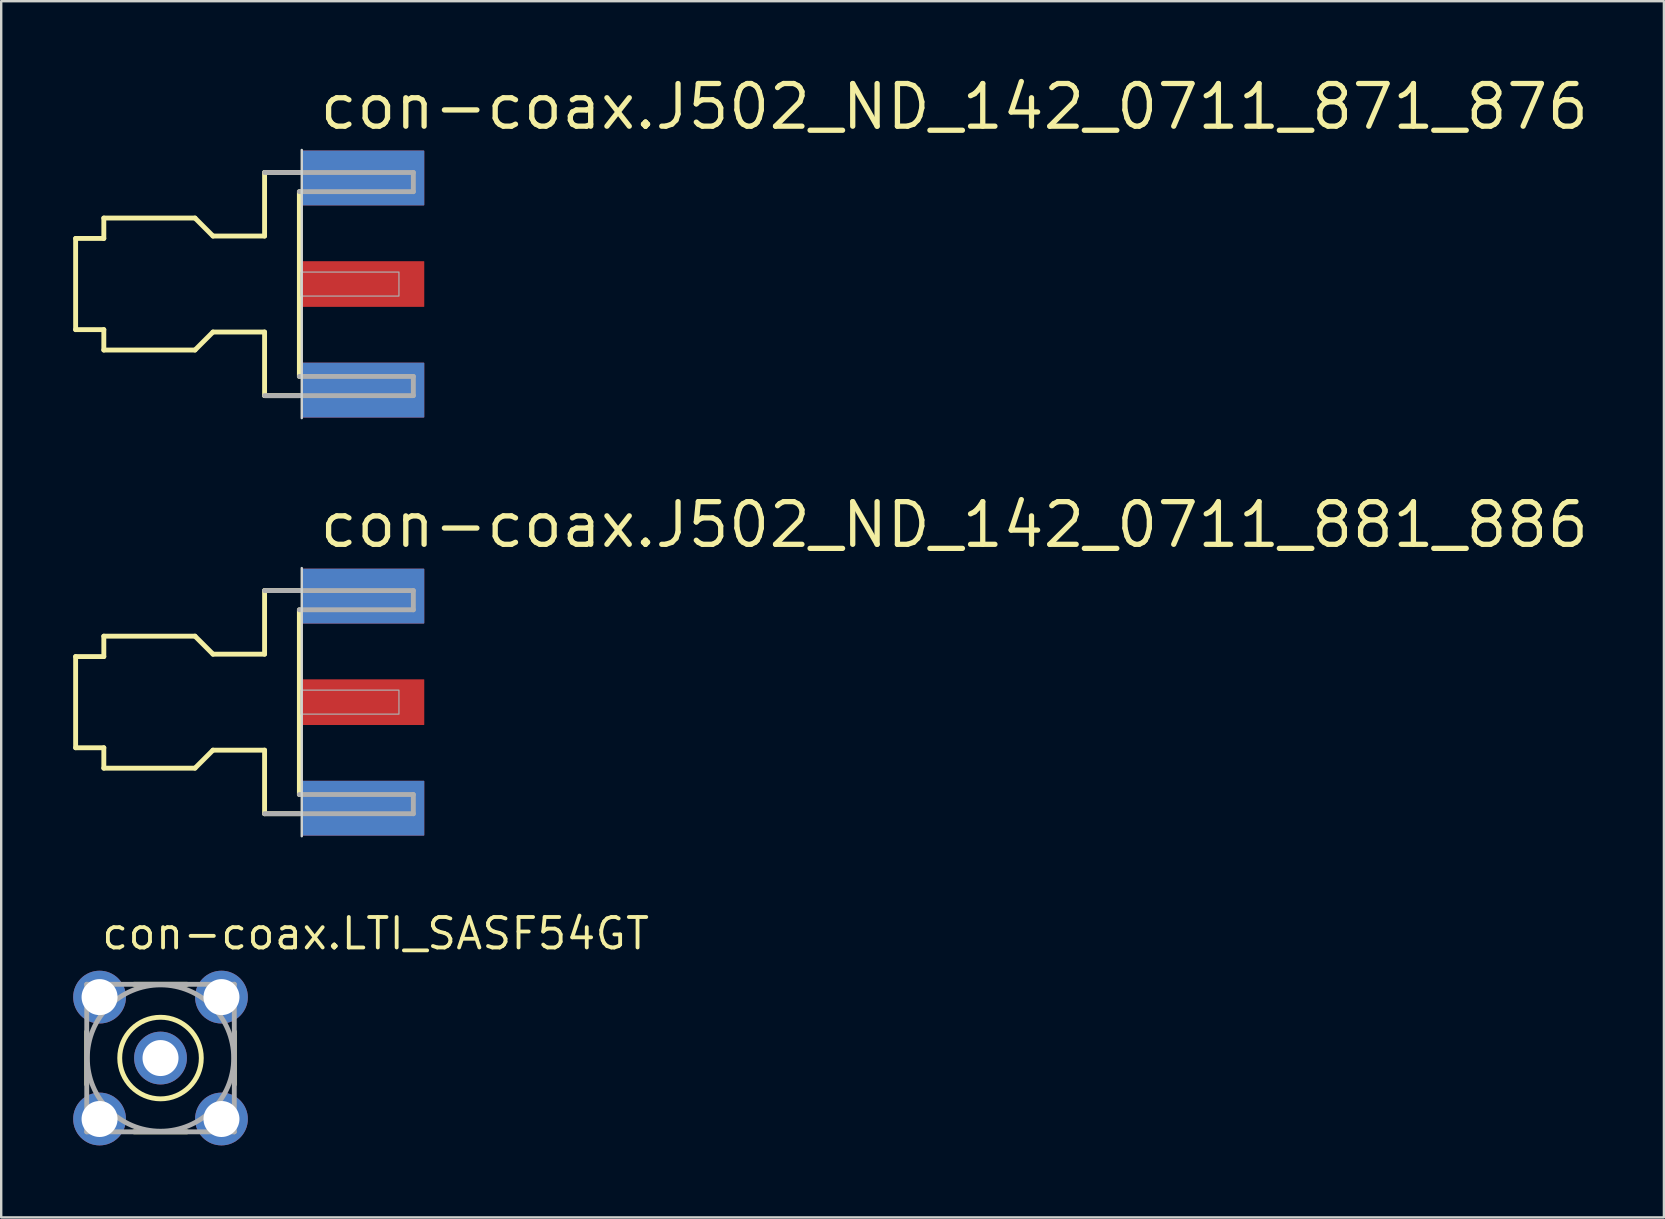
<source format=kicad_pcb>
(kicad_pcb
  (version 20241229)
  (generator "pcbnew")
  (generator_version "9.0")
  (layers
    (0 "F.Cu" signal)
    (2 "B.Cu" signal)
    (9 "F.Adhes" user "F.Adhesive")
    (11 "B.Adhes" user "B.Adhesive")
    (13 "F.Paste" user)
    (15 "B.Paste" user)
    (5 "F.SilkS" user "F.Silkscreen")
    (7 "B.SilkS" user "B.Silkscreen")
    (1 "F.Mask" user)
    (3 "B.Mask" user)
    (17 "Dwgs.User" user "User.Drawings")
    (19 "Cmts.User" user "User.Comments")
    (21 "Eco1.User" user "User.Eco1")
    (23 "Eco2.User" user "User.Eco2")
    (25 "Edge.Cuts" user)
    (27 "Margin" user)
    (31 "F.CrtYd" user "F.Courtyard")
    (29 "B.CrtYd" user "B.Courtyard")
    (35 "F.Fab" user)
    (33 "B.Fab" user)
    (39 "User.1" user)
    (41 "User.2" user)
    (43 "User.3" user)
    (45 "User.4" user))
  (footprint "con-coax.J502_ND_142_0711_881_886"
    (layer "F.Cu")
    (at 9.527 26.214)
    (property "Reference" "con-coax.J502_ND_142_0711_881_886" (at 0.635 -6.35 0) (layer "F.SilkS") (effects (font (size 1.778 1.778) (thickness 0.22)) (justify left bottom)))
    (attr smd)
    (fp_line (start -9.425 -1.9) (end -8.25 -1.9) (stroke (width 0.203) (type default)) (layer "F.SilkS"))
    (fp_line (start -9.425 1.9) (end -9.425 -1.9) (stroke (width 0.203) (type default)) (layer "F.SilkS"))
    (fp_line (start -8.25 -2.75) (end -4.45 -2.75) (stroke (width 0.203) (type default)) (layer "F.SilkS"))
    (fp_line (start -8.25 -1.9) (end -8.25 -2.75) (stroke (width 0.203) (type default)) (layer "F.SilkS"))
    (fp_line (start -8.25 1.9) (end -9.425 1.9) (stroke (width 0.203) (type default)) (layer "F.SilkS"))
    (fp_line (start -8.25 2.75) (end -8.25 1.9) (stroke (width 0.203) (type default)) (layer "F.SilkS"))
    (fp_line (start -4.45 -2.75) (end -3.7 -2) (stroke (width 0.203) (type default)) (layer "F.SilkS"))
    (fp_line (start -4.45 2.75) (end -8.25 2.75) (stroke (width 0.203) (type default)) (layer "F.SilkS"))
    (fp_line (start -3.7 -2) (end -1.55 -2) (stroke (width 0.203) (type default)) (layer "F.SilkS"))
    (fp_line (start -3.7 2) (end -4.45 2.75) (stroke (width 0.203) (type default)) (layer "F.SilkS"))
    (fp_line (start -1.55 -4.65) (end -0.1 -4.65) (stroke (width 0.203) (type default)) (layer "F.SilkS"))
    (fp_line (start -1.55 -2) (end -1.55 -4.65) (stroke (width 0.203) (type default)) (layer "F.SilkS"))
    (fp_line (start -1.55 2) (end -3.7 2) (stroke (width 0.203) (type default)) (layer "F.SilkS"))
    (fp_line (start -1.55 4.65) (end -1.55 2) (stroke (width 0.203) (type default)) (layer "F.SilkS"))
    (fp_line (start -0.1 3.85) (end -0.1 -3.85) (stroke (width 0.203) (type default)) (layer "F.SilkS"))
    (fp_line (start -0.1 4.65) (end -1.55 4.65) (stroke (width 0.203) (type default)) (layer "F.SilkS"))
    (fp_line (start 0 -5.588) (end 0 5.588) (stroke (width 0.1) (type default)) (layer "Edge.Cuts"))
    (fp_line (start -1.55 -4.65) (end 4.65 -4.65) (stroke (width 0.203) (type default)) (layer "F.Fab"))
    (fp_line (start -0.1 -3.85) (end 4.65 -3.85) (stroke (width 0.203) (type default)) (layer "F.Fab"))
    (fp_line (start 4.65 -3.85) (end 4.65 -4.65) (stroke (width 0.203) (type default)) (layer "F.Fab"))
    (fp_line (start 4.65 3.85) (end -0.1 3.85) (stroke (width 0.203) (type default)) (layer "F.Fab"))
    (fp_line (start 4.65 4.65) (end -1.55 4.65) (stroke (width 0.203) (type default)) (layer "F.Fab"))
    (fp_line (start 4.65 4.65) (end 4.65 3.85) (stroke (width 0.203) (type default)) (layer "F.Fab"))
    (fp_rect (start -0.025 0.5) (end 4.05 -0.5) (stroke (width 0.05) (type default)) (fill no) (layer "F.Fab"))
    (pad "1" smd roundrect (at 2.565 0) (size 5.08 1.905) (layers "F.Cu" "F.Mask" "F.Paste") (roundrect_rratio 0.01))
    (pad "G@1" smd roundrect (at 2.565 -4.42) (size 5.08 2.286) (layers "F.Cu" "F.Mask" "F.Paste") (roundrect_rratio 0.01))
    (pad "G@2" smd roundrect (at 2.565 4.42) (size 5.08 2.286) (layers "F.Cu" "F.Mask" "F.Paste") (roundrect_rratio 0.01))
    (pad "G@3" smd roundrect (at 2.565 -4.42) (size 5.08 2.286) (layers "B.Cu" "B.Mask" "B.Paste") (roundrect_rratio 0.01))
    (pad "G@4" smd roundrect (at 2.565 4.42) (size 5.08 2.286) (layers "B.Cu" "B.Mask" "B.Paste") (roundrect_rratio 0.01)))
  (footprint "con-coax.LTI_SASF54GT"
    (layer "F.Cu")
    (at 3.64 41.047)
    (property "Reference" "con-coax.LTI_SASF54GT" (at -2.54 -4.445 0) (layer "F.SilkS") (effects (font (size 1.27 1.27) (thickness 0.16)) (justify left bottom)))
    (attr through_hole)
    (fp_line (start -3.075 1.1) (end -3.075 -1.1) (stroke (width 0.203) (type default)) (layer "F.SilkS"))
    (fp_line (start -1.1 -3.075) (end 1.1 -3.075) (stroke (width 0.203) (type default)) (layer "F.SilkS"))
    (fp_line (start 1.1 3.075) (end -1.1 3.075) (stroke (width 0.203) (type default)) (layer "F.SilkS"))
    (fp_line (start 3.075 -1.1) (end 3.075 1.1) (stroke (width 0.203) (type default)) (layer "F.SilkS"))
    (fp_circle (center 0 0) (end 1.7 0) (stroke (width 0.203) (type default)) (fill no) (layer "F.SilkS"))
    (fp_line (start -3.075 3.075) (end -3.075 -3.075) (stroke (width 0.203) (type default)) (layer "F.Fab"))
    (fp_line (start -3.075 -3.075) (end 3.075 -3.075) (stroke (width 0.203) (type default)) (layer "F.Fab"))
    (fp_line (start 3.075 3.075) (end -3.075 3.075) (stroke (width 0.203) (type default)) (layer "F.Fab"))
    (fp_line (start 3.075 -3.075) (end 3.075 3.075) (stroke (width 0.203) (type default)) (layer "F.Fab"))
    (fp_circle (center 0 0) (end 3.05 0) (stroke (width 0.203) (type default)) (fill no) (layer "F.Fab"))
    (pad "1" thru_hole circle (at 0 0) (size 2.2 2.2) (drill 1.5) (layers "*.Cu" "*.Mask"))
    (pad "2" thru_hole circle (at -2.54 -2.54) (size 2.2 2.2) (drill 1.5) (layers "*.Cu" "*.Mask"))
    (pad "3" thru_hole circle (at 2.54 -2.54) (size 2.2 2.2) (drill 1.5) (layers "*.Cu" "*.Mask"))
    (pad "4" thru_hole circle (at 2.54 2.54) (size 2.2 2.2) (drill 1.5) (layers "*.Cu" "*.Mask"))
    (pad "5" thru_hole circle (at -2.54 2.54) (size 2.2 2.2) (drill 1.5) (layers "*.Cu" "*.Mask")))
  (footprint "con-coax.J502_ND_142_0711_871_876"
    (layer "F.Cu")
    (at 9.527 8.788)
    (property "Reference" "con-coax.J502_ND_142_0711_871_876" (at 0.635 -6.35 0) (layer "F.SilkS") (effects (font (size 1.778 1.778) (thickness 0.22)) (justify left bottom)))
    (attr smd)
    (fp_line (start -9.425 -1.9) (end -8.25 -1.9) (stroke (width 0.203) (type default)) (layer "F.SilkS"))
    (fp_line (start -9.425 1.9) (end -9.425 -1.9) (stroke (width 0.203) (type default)) (layer "F.SilkS"))
    (fp_line (start -8.25 -2.75) (end -4.45 -2.75) (stroke (width 0.203) (type default)) (layer "F.SilkS"))
    (fp_line (start -8.25 -1.9) (end -8.25 -2.75) (stroke (width 0.203) (type default)) (layer "F.SilkS"))
    (fp_line (start -8.25 1.9) (end -9.425 1.9) (stroke (width 0.203) (type default)) (layer "F.SilkS"))
    (fp_line (start -8.25 2.75) (end -8.25 1.9) (stroke (width 0.203) (type default)) (layer "F.SilkS"))
    (fp_line (start -4.45 -2.75) (end -3.7 -2) (stroke (width 0.203) (type default)) (layer "F.SilkS"))
    (fp_line (start -4.45 2.75) (end -8.25 2.75) (stroke (width 0.203) (type default)) (layer "F.SilkS"))
    (fp_line (start -3.7 -2) (end -1.55 -2) (stroke (width 0.203) (type default)) (layer "F.SilkS"))
    (fp_line (start -3.7 2) (end -4.45 2.75) (stroke (width 0.203) (type default)) (layer "F.SilkS"))
    (fp_line (start -1.55 -4.65) (end -0.1 -4.65) (stroke (width 0.203) (type default)) (layer "F.SilkS"))
    (fp_line (start -1.55 -2) (end -1.55 -4.65) (stroke (width 0.203) (type default)) (layer "F.SilkS"))
    (fp_line (start -1.55 2) (end -3.7 2) (stroke (width 0.203) (type default)) (layer "F.SilkS"))
    (fp_line (start -1.55 4.65) (end -1.55 2) (stroke (width 0.203) (type default)) (layer "F.SilkS"))
    (fp_line (start -0.1 3.85) (end -0.1 -3.85) (stroke (width 0.203) (type default)) (layer "F.SilkS"))
    (fp_line (start -0.1 4.65) (end -1.55 4.65) (stroke (width 0.203) (type default)) (layer "F.SilkS"))
    (fp_line (start 0 -5.588) (end 0 5.588) (stroke (width 0.1) (type default)) (layer "Edge.Cuts"))
    (fp_line (start -1.55 -4.65) (end 4.65 -4.65) (stroke (width 0.203) (type default)) (layer "F.Fab"))
    (fp_line (start -0.1 -3.85) (end 4.65 -3.85) (stroke (width 0.203) (type default)) (layer "F.Fab"))
    (fp_line (start 4.65 -3.85) (end 4.65 -4.65) (stroke (width 0.203) (type default)) (layer "F.Fab"))
    (fp_line (start 4.65 3.85) (end -0.1 3.85) (stroke (width 0.203) (type default)) (layer "F.Fab"))
    (fp_line (start 4.65 4.65) (end -1.55 4.65) (stroke (width 0.203) (type default)) (layer "F.Fab"))
    (fp_line (start 4.65 4.65) (end 4.65 3.85) (stroke (width 0.203) (type default)) (layer "F.Fab"))
    (fp_rect (start -0.025 0.5) (end 4.05 -0.5) (stroke (width 0.05) (type default)) (fill no) (layer "F.Fab"))
    (pad "1" smd roundrect (at 2.565 0) (size 5.08 1.905) (layers "F.Cu" "F.Mask" "F.Paste") (roundrect_rratio 0.01))
    (pad "G@1" smd roundrect (at 2.565 -4.42) (size 5.08 2.286) (layers "F.Cu" "F.Mask" "F.Paste") (roundrect_rratio 0.01))
    (pad "G@2" smd roundrect (at 2.565 4.42) (size 5.08 2.286) (layers "F.Cu" "F.Mask" "F.Paste") (roundrect_rratio 0.01))
    (pad "G@3" smd roundrect (at 2.565 -4.42) (size 5.08 2.286) (layers "B.Cu" "B.Mask" "B.Paste") (roundrect_rratio 0.01))
    (pad "G@4" smd roundrect (at 2.565 4.42) (size 5.08 2.286) (layers "B.Cu" "B.Mask" "B.Paste") (roundrect_rratio 0.01)))
  (gr_rect
    (start -3 -3)
    (end 66.298 47.687)
    (stroke (width 0.1) (type default))
    (fill no)
    (layer "Edge.Cuts")))
</source>
